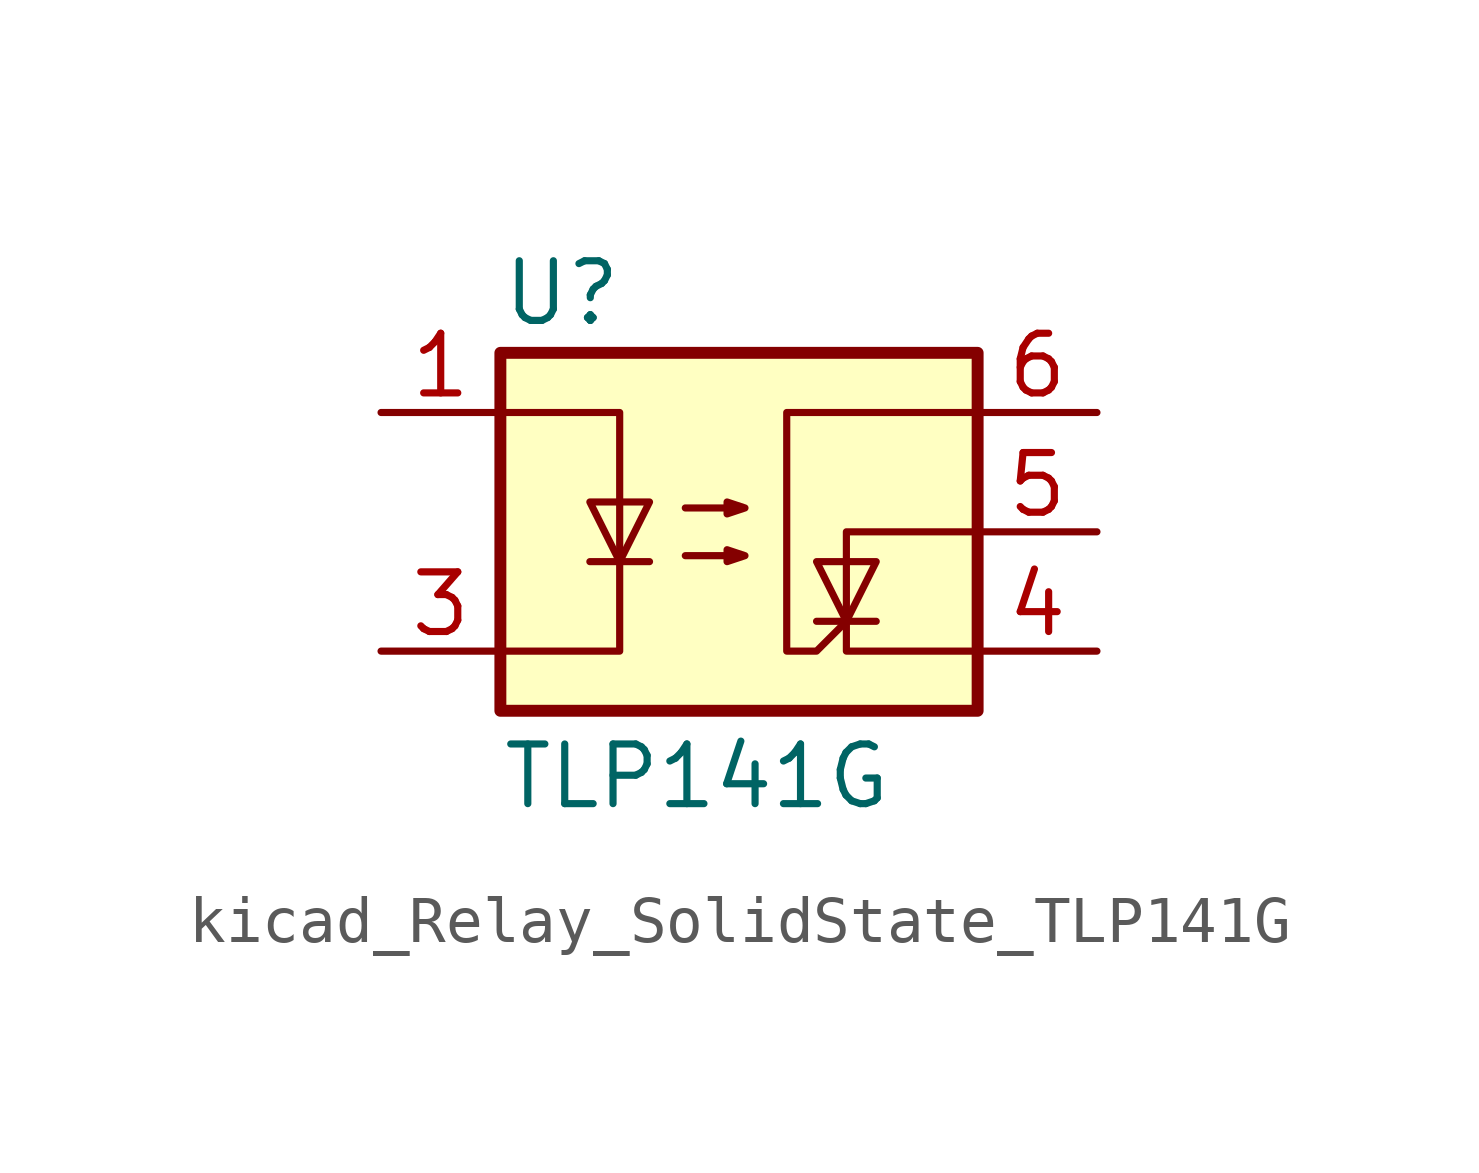
<source format=kicad_sym>
(kicad_symbol_lib
  (version 20220914)
  (generator kicad_symbol_editor)
  (symbol "kicad_Relay_SolidState_TLP141G"
    (property "Reference" "U"
      (at -5.08 5.08 0)
      (effects (font (size 1.27 1.27)) (justify left)))
    (property "Value" "TLP141G"
      (at -5.08 -5.207 0)
      (effects (font (size 1.27 1.27)) (justify left)))
    (symbol "kicad_Relay_SolidState_TLP141G_0_1"
      (rectangle (start -5.08 3.81) (end 5.08 -3.81) (stroke (width 0.254) (type default)) (fill (type background)))
      (polyline (pts (xy -3.175 -0.635) (xy -1.905 -0.635)) (stroke (width 0) (type default)) (fill (type none)))
      (polyline (pts (xy 1.651 -1.905) (xy 2.921 -1.905)) (stroke (width 0) (type default)) (fill (type none)))
      (polyline (pts (xy -5.08 2.54) (xy -2.54 2.54) (xy -2.54 -2.54) (xy -5.08 -2.54)) (stroke (width 0) (type default)) (fill (type none)))
      (polyline (pts (xy -2.54 -0.635) (xy -3.175 0.635) (xy -1.905 0.635) (xy -2.54 -0.635)) (stroke (width 0) (type default)) (fill (type none)))
      (polyline (pts (xy 2.921 -0.635) (xy 1.651 -0.635) (xy 2.286 -1.905) (xy 2.921 -0.635)) (stroke (width 0) (type default)) (fill (type none)))
      (polyline (pts (xy 5.08 0) (xy 2.286 0) (xy 2.286 -2.54) (xy 5.08 -2.54)) (stroke (width 0) (type default)) (fill (type none)))
      (polyline (pts (xy -1.143 -0.508) (xy 0.127 -0.508) (xy -0.254 -0.635) (xy -0.254 -0.381) (xy 0.127 -0.508)) (stroke (width 0) (type default)) (fill (type none)))
      (polyline (pts (xy -1.143 0.508) (xy 0.127 0.508) (xy -0.254 0.381) (xy -0.254 0.635) (xy 0.127 0.508)) (stroke (width 0) (type default)) (fill (type none)))
      (polyline (pts (xy 2.286 -1.905) (xy 1.651 -2.54) (xy 1.016 -2.54) (xy 1.016 2.54) (xy 5.08 2.54)) (stroke (width 0) (type default)) (fill (type none))))
    (symbol "kicad_Relay_SolidState_TLP141G_1_1"
      (pin passive line (at -7.62 2.54 0) (length 2.54) (name "~" (effects (font (size 1.27 1.27)))) (number "1" (effects (font (size 1.27 1.27)))))
      (pin passive line (at -7.62 -2.54 0) (length 2.54) (name "~" (effects (font (size 1.27 1.27)))) (number "3" (effects (font (size 1.27 1.27)))))
      (pin passive line (at 7.62 -2.54 180) (length 2.54) (name "~" (effects (font (size 1.27 1.27)))) (number "4" (effects (font (size 1.27 1.27)))))
      (pin passive line (at 7.62 0 180) (length 2.54) (name "~" (effects (font (size 1.27 1.27)))) (number "5" (effects (font (size 1.27 1.27)))))
      (pin passive line (at 7.62 2.54 180) (length 2.54) (name "~" (effects (font (size 1.27 1.27)))) (number "6" (effects (font (size 1.27 1.27))))))))
</source>
